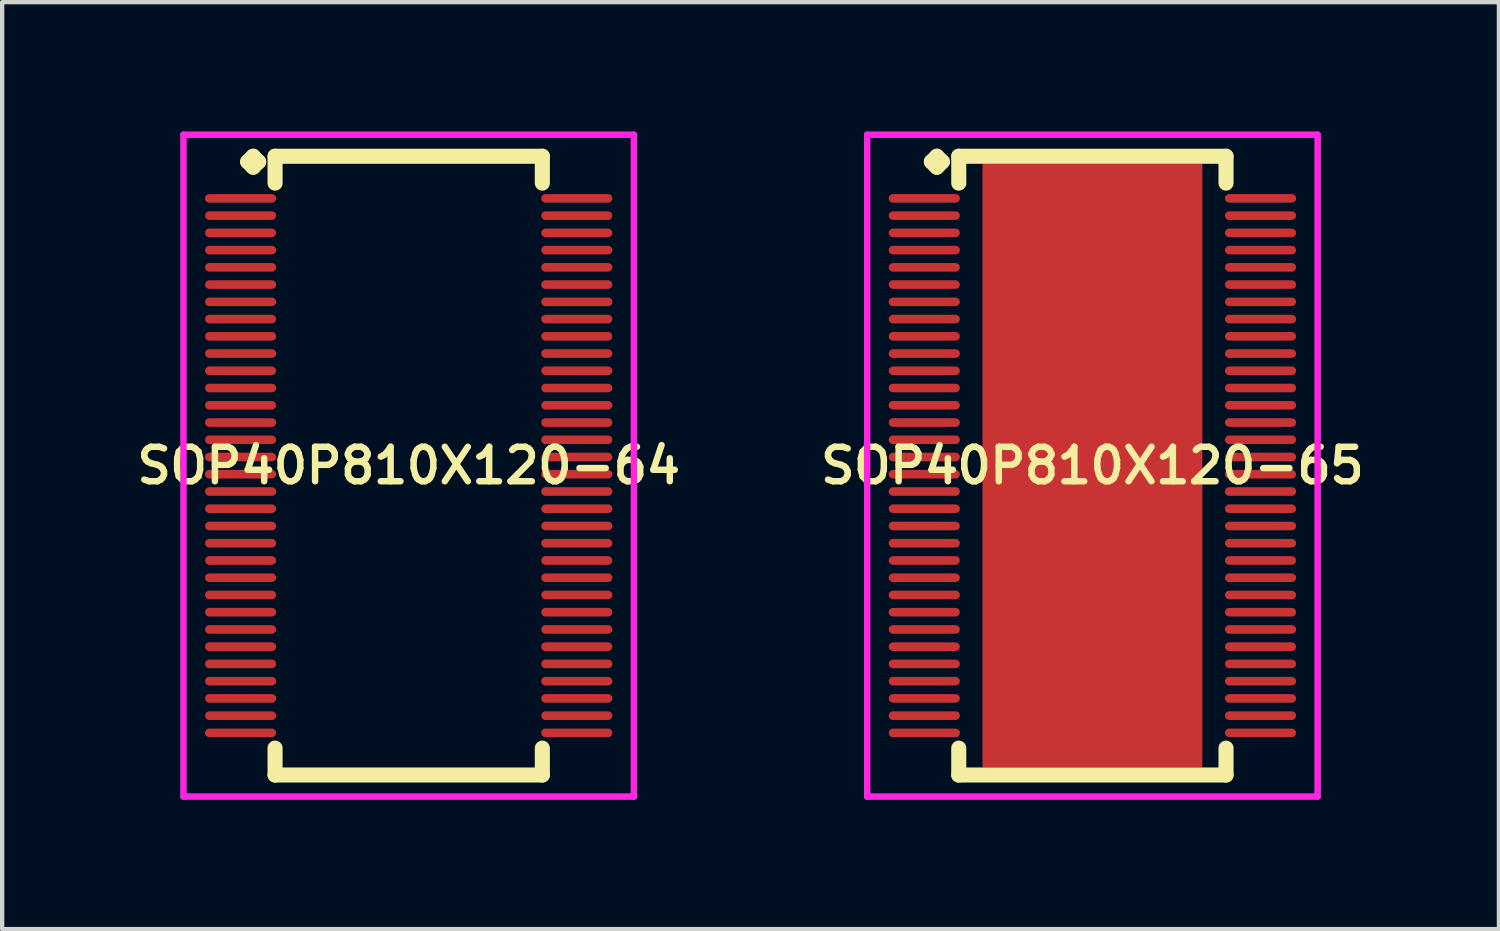
<source format=kicad_pcb>
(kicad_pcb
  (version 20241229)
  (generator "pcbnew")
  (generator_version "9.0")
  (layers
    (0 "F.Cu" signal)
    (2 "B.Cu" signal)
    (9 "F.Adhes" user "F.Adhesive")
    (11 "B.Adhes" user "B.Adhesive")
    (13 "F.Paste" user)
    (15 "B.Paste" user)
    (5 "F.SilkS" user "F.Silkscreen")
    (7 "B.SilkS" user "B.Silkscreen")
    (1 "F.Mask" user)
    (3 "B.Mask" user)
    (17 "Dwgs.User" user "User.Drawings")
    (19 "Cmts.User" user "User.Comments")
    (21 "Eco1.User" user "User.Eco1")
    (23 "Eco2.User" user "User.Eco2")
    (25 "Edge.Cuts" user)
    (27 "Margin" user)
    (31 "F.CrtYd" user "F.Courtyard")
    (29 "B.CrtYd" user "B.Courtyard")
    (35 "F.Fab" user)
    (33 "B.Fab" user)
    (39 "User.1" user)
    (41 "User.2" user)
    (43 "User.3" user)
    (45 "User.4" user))
  (footprint "SOP40P810X120-65"
    (layer "F.Cu")
    (at 22.292 7.752)
    (property "Reference" "SOP40P810X120-65" (at 0 0 0) (layer "F.SilkS") (effects (font (size 0.8 0.8) (thickness 0.15))))
    (attr smd)
    (fp_line (start -3.735 -7.05) (end -3.608 -7.177) (stroke (width 0.35) (type solid)) (layer "F.SilkS"))
    (fp_line (start -3.608 -7.177) (end -3.481 -7.05) (stroke (width 0.35) (type solid)) (layer "F.SilkS"))
    (fp_line (start -3.608 -6.923) (end -3.735 -7.05) (stroke (width 0.35) (type solid)) (layer "F.SilkS"))
    (fp_line (start -3.481 -7.05) (end -3.608 -6.923) (stroke (width 0.35) (type solid)) (layer "F.SilkS"))
    (fp_line (start -3.1 -7.177) (end 3.1 -7.177) (stroke (width 0.35) (type solid)) (layer "F.SilkS"))
    (fp_line (start -3.1 -6.554) (end -3.1 -7.177) (stroke (width 0.35) (type solid)) (layer "F.SilkS"))
    (fp_line (start -3.1 6.554) (end -3.1 7.177) (stroke (width 0.35) (type solid)) (layer "F.SilkS"))
    (fp_line (start -3.1 7.177) (end 3.1 7.177) (stroke (width 0.35) (type solid)) (layer "F.SilkS"))
    (fp_line (start 3.1 -7.177) (end 3.1 -6.554) (stroke (width 0.35) (type solid)) (layer "F.SilkS"))
    (fp_line (start 3.1 7.177) (end 3.1 6.554) (stroke (width 0.35) (type solid)) (layer "F.SilkS"))
    (fp_line (start -5.225 -7.677) (end 5.225 -7.677) (stroke (width 0.15) (type solid)) (layer "F.CrtYd"))
    (fp_line (start -5.225 7.677) (end -5.225 -7.677) (stroke (width 0.15) (type solid)) (layer "F.CrtYd"))
    (fp_line (start 5.225 -7.677) (end 5.225 7.677) (stroke (width 0.15) (type solid)) (layer "F.CrtYd"))
    (fp_line (start 5.225 7.677) (end -5.225 7.677) (stroke (width 0.15) (type solid)) (layer "F.CrtYd"))
    (pad "1" smd oval (at -3.9 -6.2) (size 1.65 0.2) (layers "F.Cu" "F.Mask" "F.Paste"))
    (pad "2" smd oval (at -3.9 -5.8) (size 1.65 0.2) (layers "F.Cu" "F.Mask" "F.Paste"))
    (pad "3" smd oval (at -3.9 -5.4) (size 1.65 0.2) (layers "F.Cu" "F.Mask" "F.Paste"))
    (pad "4" smd oval (at -3.9 -5) (size 1.65 0.2) (layers "F.Cu" "F.Mask" "F.Paste"))
    (pad "5" smd oval (at -3.9 -4.6) (size 1.65 0.2) (layers "F.Cu" "F.Mask" "F.Paste"))
    (pad "6" smd oval (at -3.9 -4.2) (size 1.65 0.2) (layers "F.Cu" "F.Mask" "F.Paste"))
    (pad "7" smd oval (at -3.9 -3.8) (size 1.65 0.2) (layers "F.Cu" "F.Mask" "F.Paste"))
    (pad "8" smd oval (at -3.9 -3.4) (size 1.65 0.2) (layers "F.Cu" "F.Mask" "F.Paste"))
    (pad "9" smd oval (at -3.9 -3) (size 1.65 0.2) (layers "F.Cu" "F.Mask" "F.Paste"))
    (pad "10" smd oval (at -3.9 -2.6) (size 1.65 0.2) (layers "F.Cu" "F.Mask" "F.Paste"))
    (pad "11" smd oval (at -3.9 -2.2) (size 1.65 0.2) (layers "F.Cu" "F.Mask" "F.Paste"))
    (pad "12" smd oval (at -3.9 -1.8) (size 1.65 0.2) (layers "F.Cu" "F.Mask" "F.Paste"))
    (pad "13" smd oval (at -3.9 -1.4) (size 1.65 0.2) (layers "F.Cu" "F.Mask" "F.Paste"))
    (pad "14" smd oval (at -3.9 -1) (size 1.65 0.2) (layers "F.Cu" "F.Mask" "F.Paste"))
    (pad "15" smd oval (at -3.9 -0.6) (size 1.65 0.2) (layers "F.Cu" "F.Mask" "F.Paste"))
    (pad "16" smd oval (at -3.9 -0.2) (size 1.65 0.2) (layers "F.Cu" "F.Mask" "F.Paste"))
    (pad "17" smd oval (at -3.9 0.2) (size 1.65 0.2) (layers "F.Cu" "F.Mask" "F.Paste"))
    (pad "18" smd oval (at -3.9 0.6) (size 1.65 0.2) (layers "F.Cu" "F.Mask" "F.Paste"))
    (pad "19" smd oval (at -3.9 1) (size 1.65 0.2) (layers "F.Cu" "F.Mask" "F.Paste"))
    (pad "20" smd oval (at -3.9 1.4) (size 1.65 0.2) (layers "F.Cu" "F.Mask" "F.Paste"))
    (pad "21" smd oval (at -3.9 1.8) (size 1.65 0.2) (layers "F.Cu" "F.Mask" "F.Paste"))
    (pad "22" smd oval (at -3.9 2.2) (size 1.65 0.2) (layers "F.Cu" "F.Mask" "F.Paste"))
    (pad "23" smd oval (at -3.9 2.6) (size 1.65 0.2) (layers "F.Cu" "F.Mask" "F.Paste"))
    (pad "24" smd oval (at -3.9 3) (size 1.65 0.2) (layers "F.Cu" "F.Mask" "F.Paste"))
    (pad "25" smd oval (at -3.9 3.4) (size 1.65 0.2) (layers "F.Cu" "F.Mask" "F.Paste"))
    (pad "26" smd oval (at -3.9 3.8) (size 1.65 0.2) (layers "F.Cu" "F.Mask" "F.Paste"))
    (pad "27" smd oval (at -3.9 4.2) (size 1.65 0.2) (layers "F.Cu" "F.Mask" "F.Paste"))
    (pad "28" smd oval (at -3.9 4.6) (size 1.65 0.2) (layers "F.Cu" "F.Mask" "F.Paste"))
    (pad "29" smd oval (at -3.9 5) (size 1.65 0.2) (layers "F.Cu" "F.Mask" "F.Paste"))
    (pad "30" smd oval (at -3.9 5.4) (size 1.65 0.2) (layers "F.Cu" "F.Mask" "F.Paste"))
    (pad "31" smd oval (at -3.9 5.8) (size 1.65 0.2) (layers "F.Cu" "F.Mask" "F.Paste"))
    (pad "32" smd oval (at -3.9 6.2) (size 1.65 0.2) (layers "F.Cu" "F.Mask" "F.Paste"))
    (pad "33" smd oval (at 3.9 6.2) (size 1.65 0.2) (layers "F.Cu" "F.Mask" "F.Paste"))
    (pad "34" smd oval (at 3.9 5.8) (size 1.65 0.2) (layers "F.Cu" "F.Mask" "F.Paste"))
    (pad "35" smd oval (at 3.9 5.4) (size 1.65 0.2) (layers "F.Cu" "F.Mask" "F.Paste"))
    (pad "36" smd oval (at 3.9 5) (size 1.65 0.2) (layers "F.Cu" "F.Mask" "F.Paste"))
    (pad "37" smd oval (at 3.9 4.6) (size 1.65 0.2) (layers "F.Cu" "F.Mask" "F.Paste"))
    (pad "38" smd oval (at 3.9 4.2) (size 1.65 0.2) (layers "F.Cu" "F.Mask" "F.Paste"))
    (pad "39" smd oval (at 3.9 3.8) (size 1.65 0.2) (layers "F.Cu" "F.Mask" "F.Paste"))
    (pad "40" smd oval (at 3.9 3.4) (size 1.65 0.2) (layers "F.Cu" "F.Mask" "F.Paste"))
    (pad "41" smd oval (at 3.9 3) (size 1.65 0.2) (layers "F.Cu" "F.Mask" "F.Paste"))
    (pad "42" smd oval (at 3.9 2.6) (size 1.65 0.2) (layers "F.Cu" "F.Mask" "F.Paste"))
    (pad "43" smd oval (at 3.9 2.2) (size 1.65 0.2) (layers "F.Cu" "F.Mask" "F.Paste"))
    (pad "44" smd oval (at 3.9 1.8) (size 1.65 0.2) (layers "F.Cu" "F.Mask" "F.Paste"))
    (pad "45" smd oval (at 3.9 1.4) (size 1.65 0.2) (layers "F.Cu" "F.Mask" "F.Paste"))
    (pad "46" smd oval (at 3.9 1) (size 1.65 0.2) (layers "F.Cu" "F.Mask" "F.Paste"))
    (pad "47" smd oval (at 3.9 0.6) (size 1.65 0.2) (layers "F.Cu" "F.Mask" "F.Paste"))
    (pad "48" smd oval (at 3.9 0.2) (size 1.65 0.2) (layers "F.Cu" "F.Mask" "F.Paste"))
    (pad "49" smd oval (at 3.9 -0.2) (size 1.65 0.2) (layers "F.Cu" "F.Mask" "F.Paste"))
    (pad "50" smd oval (at 3.9 -0.6) (size 1.65 0.2) (layers "F.Cu" "F.Mask" "F.Paste"))
    (pad "51" smd oval (at 3.9 -1) (size 1.65 0.2) (layers "F.Cu" "F.Mask" "F.Paste"))
    (pad "52" smd oval (at 3.9 -1.4) (size 1.65 0.2) (layers "F.Cu" "F.Mask" "F.Paste"))
    (pad "53" smd oval (at 3.9 -1.8) (size 1.65 0.2) (layers "F.Cu" "F.Mask" "F.Paste"))
    (pad "54" smd oval (at 3.9 -2.2) (size 1.65 0.2) (layers "F.Cu" "F.Mask" "F.Paste"))
    (pad "55" smd oval (at 3.9 -2.6) (size 1.65 0.2) (layers "F.Cu" "F.Mask" "F.Paste"))
    (pad "56" smd oval (at 3.9 -3) (size 1.65 0.2) (layers "F.Cu" "F.Mask" "F.Paste"))
    (pad "57" smd oval (at 3.9 -3.4) (size 1.65 0.2) (layers "F.Cu" "F.Mask" "F.Paste"))
    (pad "58" smd oval (at 3.9 -3.8) (size 1.65 0.2) (layers "F.Cu" "F.Mask" "F.Paste"))
    (pad "59" smd oval (at 3.9 -4.2) (size 1.65 0.2) (layers "F.Cu" "F.Mask" "F.Paste"))
    (pad "60" smd oval (at 3.9 -4.6) (size 1.65 0.2) (layers "F.Cu" "F.Mask" "F.Paste"))
    (pad "61" smd oval (at 3.9 -5) (size 1.65 0.2) (layers "F.Cu" "F.Mask" "F.Paste"))
    (pad "62" smd oval (at 3.9 -5.4) (size 1.65 0.2) (layers "F.Cu" "F.Mask" "F.Paste"))
    (pad "63" smd oval (at 3.9 -5.8) (size 1.65 0.2) (layers "F.Cu" "F.Mask" "F.Paste"))
    (pad "64" smd oval (at 3.9 -6.2) (size 1.65 0.2) (layers "F.Cu" "F.Mask" "F.Paste"))
    (pad "65" smd rect (at 0 0) (size 5.1 14) (layers "F.Cu" "F.Mask" "F.Paste")))
  (footprint "SOP40P810X120-64"
    (layer "F.Cu")
    (at 6.431 7.752)
    (property "Reference" "SOP40P810X120-64" (at 0 0 0) (layer "F.SilkS") (effects (font (size 0.8 0.8) (thickness 0.15))))
    (attr through_hole)
    (fp_line (start -3.735 -7.05) (end -3.608 -7.177) (stroke (width 0.35) (type solid)) (layer "F.SilkS"))
    (fp_line (start -3.608 -7.177) (end -3.481 -7.05) (stroke (width 0.35) (type solid)) (layer "F.SilkS"))
    (fp_line (start -3.608 -6.923) (end -3.735 -7.05) (stroke (width 0.35) (type solid)) (layer "F.SilkS"))
    (fp_line (start -3.481 -7.05) (end -3.608 -6.923) (stroke (width 0.35) (type solid)) (layer "F.SilkS"))
    (fp_line (start -3.1 -7.177) (end 3.1 -7.177) (stroke (width 0.35) (type solid)) (layer "F.SilkS"))
    (fp_line (start -3.1 -6.554) (end -3.1 -7.177) (stroke (width 0.35) (type solid)) (layer "F.SilkS"))
    (fp_line (start -3.1 6.554) (end -3.1 7.177) (stroke (width 0.35) (type solid)) (layer "F.SilkS"))
    (fp_line (start -3.1 7.177) (end 3.1 7.177) (stroke (width 0.35) (type solid)) (layer "F.SilkS"))
    (fp_line (start 3.1 -7.177) (end 3.1 -6.554) (stroke (width 0.35) (type solid)) (layer "F.SilkS"))
    (fp_line (start 3.1 7.177) (end 3.1 6.554) (stroke (width 0.35) (type solid)) (layer "F.SilkS"))
    (fp_line (start -5.225 -7.677) (end 5.225 -7.677) (stroke (width 0.15) (type solid)) (layer "F.CrtYd"))
    (fp_line (start -5.225 7.677) (end -5.225 -7.677) (stroke (width 0.15) (type solid)) (layer "F.CrtYd"))
    (fp_line (start 5.225 -7.677) (end 5.225 7.677) (stroke (width 0.15) (type solid)) (layer "F.CrtYd"))
    (fp_line (start 5.225 7.677) (end -5.225 7.677) (stroke (width 0.15) (type solid)) (layer "F.CrtYd"))
    (pad "1" smd oval (at -3.9 -6.2) (size 1.65 0.2) (layers "F.Cu" "F.Mask" "F.Paste"))
    (pad "2" smd oval (at -3.9 -5.8) (size 1.65 0.2) (layers "F.Cu" "F.Mask" "F.Paste"))
    (pad "3" smd oval (at -3.9 -5.4) (size 1.65 0.2) (layers "F.Cu" "F.Mask" "F.Paste"))
    (pad "4" smd oval (at -3.9 -5) (size 1.65 0.2) (layers "F.Cu" "F.Mask" "F.Paste"))
    (pad "5" smd oval (at -3.9 -4.6) (size 1.65 0.2) (layers "F.Cu" "F.Mask" "F.Paste"))
    (pad "6" smd oval (at -3.9 -4.2) (size 1.65 0.2) (layers "F.Cu" "F.Mask" "F.Paste"))
    (pad "7" smd oval (at -3.9 -3.8) (size 1.65 0.2) (layers "F.Cu" "F.Mask" "F.Paste"))
    (pad "8" smd oval (at -3.9 -3.4) (size 1.65 0.2) (layers "F.Cu" "F.Mask" "F.Paste"))
    (pad "9" smd oval (at -3.9 -3) (size 1.65 0.2) (layers "F.Cu" "F.Mask" "F.Paste"))
    (pad "10" smd oval (at -3.9 -2.6) (size 1.65 0.2) (layers "F.Cu" "F.Mask" "F.Paste"))
    (pad "11" smd oval (at -3.9 -2.2) (size 1.65 0.2) (layers "F.Cu" "F.Mask" "F.Paste"))
    (pad "12" smd oval (at -3.9 -1.8) (size 1.65 0.2) (layers "F.Cu" "F.Mask" "F.Paste"))
    (pad "13" smd oval (at -3.9 -1.4) (size 1.65 0.2) (layers "F.Cu" "F.Mask" "F.Paste"))
    (pad "14" smd oval (at -3.9 -1) (size 1.65 0.2) (layers "F.Cu" "F.Mask" "F.Paste"))
    (pad "15" smd oval (at -3.9 -0.6) (size 1.65 0.2) (layers "F.Cu" "F.Mask" "F.Paste"))
    (pad "16" smd oval (at -3.9 -0.2) (size 1.65 0.2) (layers "F.Cu" "F.Mask" "F.Paste"))
    (pad "17" smd oval (at -3.9 0.2) (size 1.65 0.2) (layers "F.Cu" "F.Mask" "F.Paste"))
    (pad "18" smd oval (at -3.9 0.6) (size 1.65 0.2) (layers "F.Cu" "F.Mask" "F.Paste"))
    (pad "19" smd oval (at -3.9 1) (size 1.65 0.2) (layers "F.Cu" "F.Mask" "F.Paste"))
    (pad "20" smd oval (at -3.9 1.4) (size 1.65 0.2) (layers "F.Cu" "F.Mask" "F.Paste"))
    (pad "21" smd oval (at -3.9 1.8) (size 1.65 0.2) (layers "F.Cu" "F.Mask" "F.Paste"))
    (pad "22" smd oval (at -3.9 2.2) (size 1.65 0.2) (layers "F.Cu" "F.Mask" "F.Paste"))
    (pad "23" smd oval (at -3.9 2.6) (size 1.65 0.2) (layers "F.Cu" "F.Mask" "F.Paste"))
    (pad "24" smd oval (at -3.9 3) (size 1.65 0.2) (layers "F.Cu" "F.Mask" "F.Paste"))
    (pad "25" smd oval (at -3.9 3.4) (size 1.65 0.2) (layers "F.Cu" "F.Mask" "F.Paste"))
    (pad "26" smd oval (at -3.9 3.8) (size 1.65 0.2) (layers "F.Cu" "F.Mask" "F.Paste"))
    (pad "27" smd oval (at -3.9 4.2) (size 1.65 0.2) (layers "F.Cu" "F.Mask" "F.Paste"))
    (pad "28" smd oval (at -3.9 4.6) (size 1.65 0.2) (layers "F.Cu" "F.Mask" "F.Paste"))
    (pad "29" smd oval (at -3.9 5) (size 1.65 0.2) (layers "F.Cu" "F.Mask" "F.Paste"))
    (pad "30" smd oval (at -3.9 5.4) (size 1.65 0.2) (layers "F.Cu" "F.Mask" "F.Paste"))
    (pad "31" smd oval (at -3.9 5.8) (size 1.65 0.2) (layers "F.Cu" "F.Mask" "F.Paste"))
    (pad "32" smd oval (at -3.9 6.2) (size 1.65 0.2) (layers "F.Cu" "F.Mask" "F.Paste"))
    (pad "33" smd oval (at 3.9 6.2) (size 1.65 0.2) (layers "F.Cu" "F.Mask" "F.Paste"))
    (pad "34" smd oval (at 3.9 5.8) (size 1.65 0.2) (layers "F.Cu" "F.Mask" "F.Paste"))
    (pad "35" smd oval (at 3.9 5.4) (size 1.65 0.2) (layers "F.Cu" "F.Mask" "F.Paste"))
    (pad "36" smd oval (at 3.9 5) (size 1.65 0.2) (layers "F.Cu" "F.Mask" "F.Paste"))
    (pad "37" smd oval (at 3.9 4.6) (size 1.65 0.2) (layers "F.Cu" "F.Mask" "F.Paste"))
    (pad "38" smd oval (at 3.9 4.2) (size 1.65 0.2) (layers "F.Cu" "F.Mask" "F.Paste"))
    (pad "39" smd oval (at 3.9 3.8) (size 1.65 0.2) (layers "F.Cu" "F.Mask" "F.Paste"))
    (pad "40" smd oval (at 3.9 3.4) (size 1.65 0.2) (layers "F.Cu" "F.Mask" "F.Paste"))
    (pad "41" smd oval (at 3.9 3) (size 1.65 0.2) (layers "F.Cu" "F.Mask" "F.Paste"))
    (pad "42" smd oval (at 3.9 2.6) (size 1.65 0.2) (layers "F.Cu" "F.Mask" "F.Paste"))
    (pad "43" smd oval (at 3.9 2.2) (size 1.65 0.2) (layers "F.Cu" "F.Mask" "F.Paste"))
    (pad "44" smd oval (at 3.9 1.8) (size 1.65 0.2) (layers "F.Cu" "F.Mask" "F.Paste"))
    (pad "45" smd oval (at 3.9 1.4) (size 1.65 0.2) (layers "F.Cu" "F.Mask" "F.Paste"))
    (pad "46" smd oval (at 3.9 1) (size 1.65 0.2) (layers "F.Cu" "F.Mask" "F.Paste"))
    (pad "47" smd oval (at 3.9 0.6) (size 1.65 0.2) (layers "F.Cu" "F.Mask" "F.Paste"))
    (pad "48" smd oval (at 3.9 0.2) (size 1.65 0.2) (layers "F.Cu" "F.Mask" "F.Paste"))
    (pad "49" smd oval (at 3.9 -0.2) (size 1.65 0.2) (layers "F.Cu" "F.Mask" "F.Paste"))
    (pad "50" smd oval (at 3.9 -0.6) (size 1.65 0.2) (layers "F.Cu" "F.Mask" "F.Paste"))
    (pad "51" smd oval (at 3.9 -1) (size 1.65 0.2) (layers "F.Cu" "F.Mask" "F.Paste"))
    (pad "52" smd oval (at 3.9 -1.4) (size 1.65 0.2) (layers "F.Cu" "F.Mask" "F.Paste"))
    (pad "53" smd oval (at 3.9 -1.8) (size 1.65 0.2) (layers "F.Cu" "F.Mask" "F.Paste"))
    (pad "54" smd oval (at 3.9 -2.2) (size 1.65 0.2) (layers "F.Cu" "F.Mask" "F.Paste"))
    (pad "55" smd oval (at 3.9 -2.6) (size 1.65 0.2) (layers "F.Cu" "F.Mask" "F.Paste"))
    (pad "56" smd oval (at 3.9 -3) (size 1.65 0.2) (layers "F.Cu" "F.Mask" "F.Paste"))
    (pad "57" smd oval (at 3.9 -3.4) (size 1.65 0.2) (layers "F.Cu" "F.Mask" "F.Paste"))
    (pad "58" smd oval (at 3.9 -3.8) (size 1.65 0.2) (layers "F.Cu" "F.Mask" "F.Paste"))
    (pad "59" smd oval (at 3.9 -4.2) (size 1.65 0.2) (layers "F.Cu" "F.Mask" "F.Paste"))
    (pad "60" smd oval (at 3.9 -4.6) (size 1.65 0.2) (layers "F.Cu" "F.Mask" "F.Paste"))
    (pad "61" smd oval (at 3.9 -5) (size 1.65 0.2) (layers "F.Cu" "F.Mask" "F.Paste"))
    (pad "62" smd oval (at 3.9 -5.4) (size 1.65 0.2) (layers "F.Cu" "F.Mask" "F.Paste"))
    (pad "63" smd oval (at 3.9 -5.8) (size 1.65 0.2) (layers "F.Cu" "F.Mask" "F.Paste"))
    (pad "64" smd oval (at 3.9 -6.2) (size 1.65 0.2) (layers "F.Cu" "F.Mask" "F.Paste")))
  (gr_rect
    (start -3 -3)
    (end 31.723 18.504)
    (stroke (width 0.1) (type default))
    (fill no)
    (layer "Edge.Cuts")))
</source>
